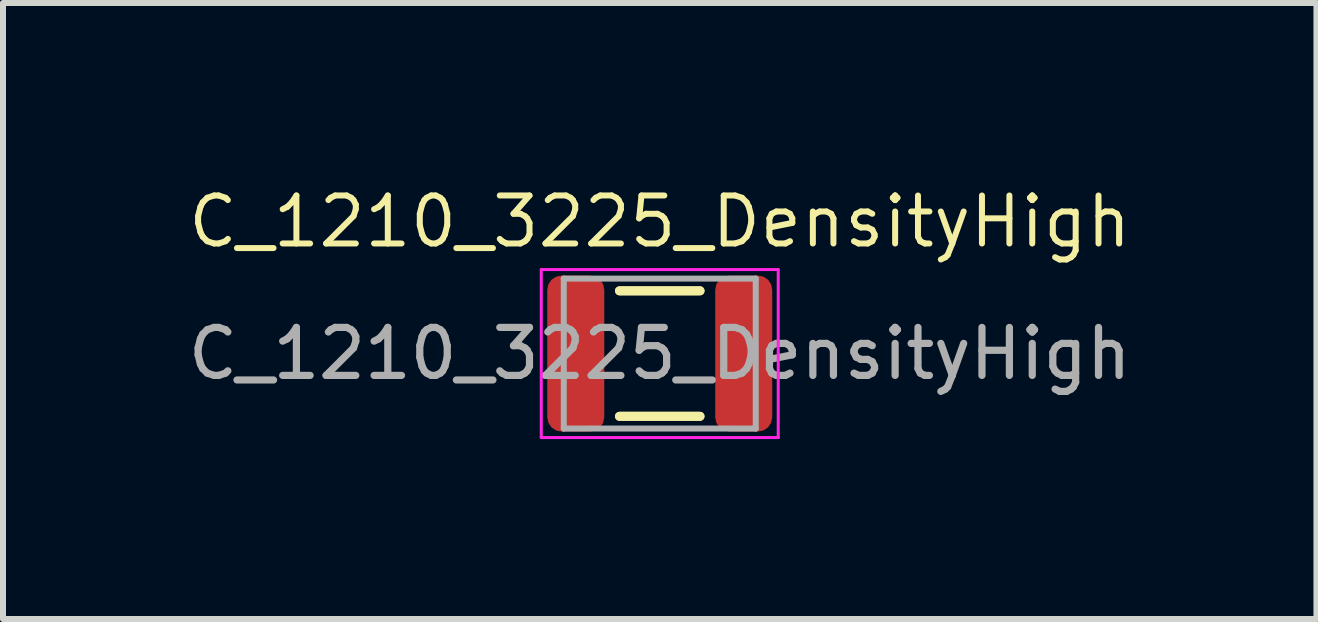
<source format=kicad_pcb>
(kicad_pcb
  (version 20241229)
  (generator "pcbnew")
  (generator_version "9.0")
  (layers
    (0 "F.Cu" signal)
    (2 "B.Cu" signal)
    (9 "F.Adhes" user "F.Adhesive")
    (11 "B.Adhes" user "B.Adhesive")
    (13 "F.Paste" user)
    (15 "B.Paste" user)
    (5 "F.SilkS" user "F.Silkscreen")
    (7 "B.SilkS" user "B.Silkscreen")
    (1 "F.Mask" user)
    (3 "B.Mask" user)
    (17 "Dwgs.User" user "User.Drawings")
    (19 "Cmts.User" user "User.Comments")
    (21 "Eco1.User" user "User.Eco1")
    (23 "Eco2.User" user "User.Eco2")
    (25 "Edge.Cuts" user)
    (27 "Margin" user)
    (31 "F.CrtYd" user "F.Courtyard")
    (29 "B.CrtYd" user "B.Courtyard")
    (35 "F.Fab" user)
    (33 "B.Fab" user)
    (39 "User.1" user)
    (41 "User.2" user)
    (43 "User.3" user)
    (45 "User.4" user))
  (footprint "C_1210_3225_DensityHigh"
    (layer "F.Cu")
    (at 7.948 2.844)
    (property "Reference" "C_1210_3225_DensityHigh" (at 0 -2.2 0) (layer "F.SilkS") (effects (font (size 0.8 0.8) (thickness 0.1))))
    (attr smd)
    (fp_line (start -0.671 -1.046) (end 0.671 -1.046) (stroke (width 0.15) (type solid)) (layer "F.SilkS"))
    (fp_line (start -0.671 1.046) (end 0.671 1.046) (stroke (width 0.15) (type solid)) (layer "F.SilkS"))
    (fp_line (start 0.671 -1.046) (end -0.671 -1.046) (stroke (width 0.15) (type solid)) (layer "F.SilkS"))
    (fp_line (start 0.671 1.046) (end -0.671 1.046) (stroke (width 0.15) (type solid)) (layer "F.SilkS"))
    (fp_line (start -1.975 -1.4) (end 1.975 -1.4) (stroke (width 0.05) (type solid)) (layer "F.CrtYd"))
    (fp_line (start -1.975 1.4) (end -1.975 -1.4) (stroke (width 0.05) (type solid)) (layer "F.CrtYd"))
    (fp_line (start 1.975 -1.4) (end 1.975 1.4) (stroke (width 0.05) (type solid)) (layer "F.CrtYd"))
    (fp_line (start 1.975 1.4) (end -1.975 1.4) (stroke (width 0.05) (type solid)) (layer "F.CrtYd"))
    (fp_line (start -1.6 -1.25) (end 1.6 -1.25) (stroke (width 0.1) (type solid)) (layer "F.Fab"))
    (fp_line (start -1.6 1.25) (end -1.6 -1.25) (stroke (width 0.1) (type solid)) (layer "F.Fab"))
    (fp_line (start 1.6 -1.25) (end 1.6 1.25) (stroke (width 0.1) (type solid)) (layer "F.Fab"))
    (fp_line (start 1.6 1.25) (end -1.6 1.25) (stroke (width 0.1) (type solid)) (layer "F.Fab"))
    (fp_text user "${REFERENCE}" (at 0 0 0) (layer "F.Fab") (effects (font (size 0.8 0.8) (thickness 0.12))))
    (pad "1" smd roundrect (at -1.4 0) (size 0.95 2.6) (layers "F.Cu" "F.Mask" "F.Paste") (roundrect_rratio 0.25))
    (pad "2" smd roundrect (at 1.4 0) (size 0.95 2.6) (layers "F.Cu" "F.Mask" "F.Paste") (roundrect_rratio 0.25)))
  (gr_rect
    (start -3 -3)
    (end 18.895 7.269)
    (stroke (width 0.1) (type default))
    (fill no)
    (layer "Edge.Cuts")))
</source>
